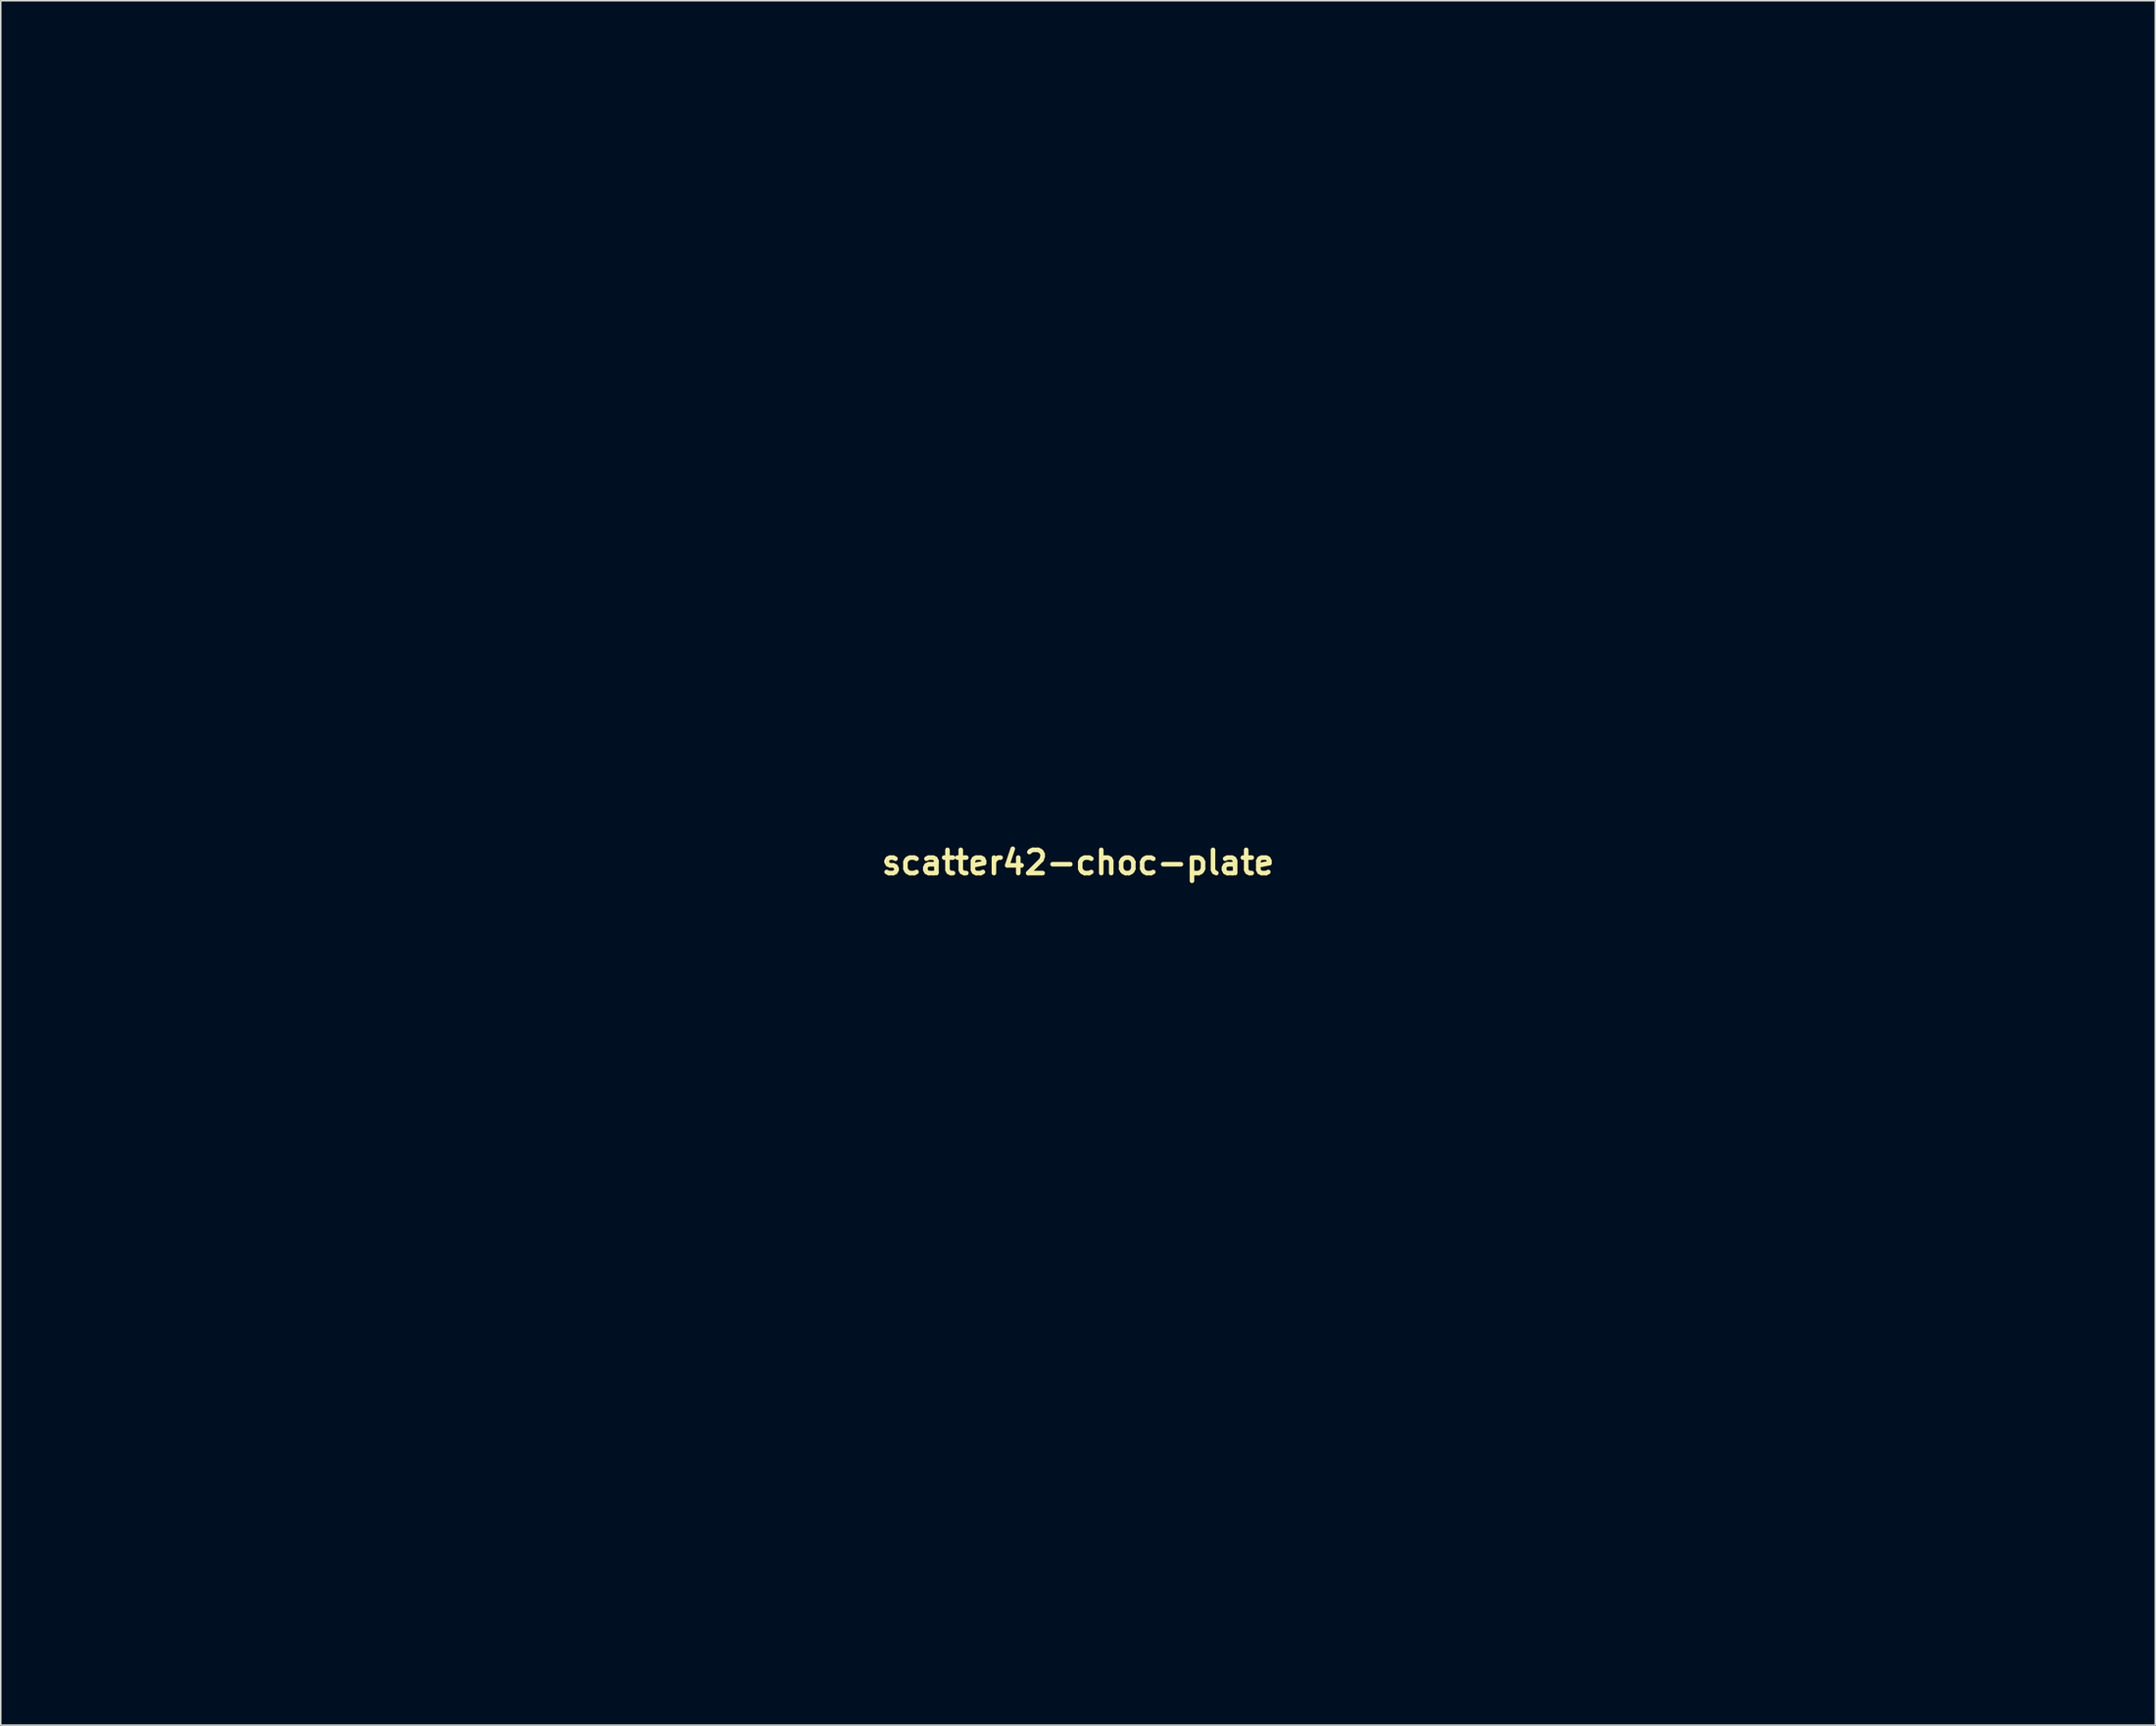
<source format=kicad_pcb>
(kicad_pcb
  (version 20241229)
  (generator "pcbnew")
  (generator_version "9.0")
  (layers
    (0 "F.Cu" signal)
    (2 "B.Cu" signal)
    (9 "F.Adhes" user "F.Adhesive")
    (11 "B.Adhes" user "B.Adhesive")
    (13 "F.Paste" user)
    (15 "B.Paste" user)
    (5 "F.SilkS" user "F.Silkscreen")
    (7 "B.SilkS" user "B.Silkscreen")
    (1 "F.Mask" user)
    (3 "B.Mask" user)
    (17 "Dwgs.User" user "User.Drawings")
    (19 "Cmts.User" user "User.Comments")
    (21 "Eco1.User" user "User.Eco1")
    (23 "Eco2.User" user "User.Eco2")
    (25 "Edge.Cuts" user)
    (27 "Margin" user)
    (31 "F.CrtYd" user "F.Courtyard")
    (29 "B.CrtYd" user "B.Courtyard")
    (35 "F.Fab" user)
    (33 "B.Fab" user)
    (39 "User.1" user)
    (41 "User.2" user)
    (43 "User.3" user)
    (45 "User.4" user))
  (footprint "scatter42-choc-plate"
    (layer "F.Cu")
    (at 67.665 53.551)
    (property "Reference" "scatter42-choc-plate" (at 0 0 0) (layer "F.SilkS") (effects (font (size 1.524 1.524) (thickness 0.3))))
    (attr through_hole)
    (fp_poly (pts (xy -49.092 -19.67) (xy -48.321 -19.67) (xy -48.321 -16.419) (xy -49.092 -16.419) (xy -49.092 -10.744) (xy -48.321 -10.744) (xy -48.321 -7.548) (xy -49.092 -7.548) (xy -49.092 -6.557) (xy -63.197 -6.557) (xy -63.197 -7.548) (xy -64.023 -7.548) (xy -64.023 -10.744) (xy -63.197 -10.744) (xy -63.197 -16.419) (xy -64.023 -16.419) (xy -64.023 -19.567) (xy -63.913 -19.567) (xy -63.913 -16.522) (xy -63.514 -16.535) (xy -63.114 -16.548) (xy -63.086 -10.634) (xy -63.913 -10.634) (xy -63.913 -7.659) (xy -63.087 -7.659) (xy -63.087 -6.667) (xy -49.202 -6.667) (xy -49.202 -7.659) (xy -48.431 -7.659) (xy -48.431 -10.634) (xy -49.202 -10.634) (xy -49.202 -16.529) (xy -48.431 -16.529) (xy -48.431 -19.572) (xy -48.816 -19.55) (xy -49.202 -19.529) (xy -49.202 -20.551) (xy -63.083 -20.551) (xy -63.114 -19.541) (xy -63.913 -19.567) (xy -64.023 -19.567) (xy -64.023 -19.67) (xy -63.197 -19.67) (xy -63.197 -20.662) (xy -49.092 -20.662) (xy -49.092 -19.67)) (stroke (width 0.01) (type solid)) (fill no) (layer "Eco1.User"))
    (fp_poly (pts (xy -11.02 -10.138) (xy -10.191 -10.138) (xy -10.206 -8.533) (xy -10.221 -6.928) (xy -10.606 -6.921) (xy -10.992 -6.915) (xy -10.992 -1.24) (xy -10.193 -1.207) (xy -10.193 1.984) (xy -11.02 1.984) (xy -11.02 2.975) (xy -25.125 2.975) (xy -25.125 1.984) (xy -25.896 1.984) (xy -25.896 -1.212) (xy -25.125 -1.212) (xy -25.125 -6.955) (xy -25.896 -6.911) (xy -25.896 -10.028) (xy -25.786 -10.028) (xy -25.786 -7.052) (xy -25.014 -7.052) (xy -25.014 -1.102) (xy -25.786 -1.102) (xy -25.786 1.873) (xy -25.014 1.873) (xy -25.014 2.865) (xy -11.13 2.865) (xy -11.13 1.873) (xy -10.303 1.873) (xy -10.303 -1.097) (xy -10.703 -1.113) (xy -11.102 -1.13) (xy -11.102 -7.025) (xy -10.303 -7.057) (xy -10.303 -10.028) (xy -11.13 -10.028) (xy -11.13 -11.02) (xy -25.014 -11.02) (xy -25.014 -10.028) (xy -25.786 -10.028) (xy -25.896 -10.028) (xy -25.896 -10.138) (xy -25.125 -10.138) (xy -25.125 -11.13) (xy -11.02 -11.13) (xy -11.02 -10.138)) (stroke (width 0.01) (type solid)) (fill no) (layer "Eco1.User"))
    (fp_poly (pts (xy -11.02 -48.21) (xy -10.193 -48.21) (xy -10.193 -45.015) (xy -11.02 -45.015) (xy -11.02 -39.34) (xy -10.193 -39.34) (xy -10.193 -36.089) (xy -11.02 -36.089) (xy -11.02 -35.097) (xy -25.125 -35.097) (xy -25.125 -36.089) (xy -25.896 -36.089) (xy -25.896 -39.34) (xy -25.125 -39.34) (xy -25.125 -45.015) (xy -25.896 -45.015) (xy -25.896 -48.1) (xy -25.786 -48.1) (xy -25.786 -45.125) (xy -25.014 -45.125) (xy -25.014 -39.198) (xy -25.4 -39.22) (xy -25.786 -39.242) (xy -25.786 -36.199) (xy -25.014 -36.199) (xy -25.014 -35.207) (xy -11.134 -35.207) (xy -11.102 -36.218) (xy -10.301 -36.192) (xy -10.316 -37.697) (xy -10.331 -39.202) (xy -10.716 -39.208) (xy -11.102 -39.215) (xy -11.116 -42.17) (xy -11.131 -45.125) (xy -10.303 -45.125) (xy -10.303 -48.1) (xy -11.13 -48.1) (xy -11.13 -49.092) (xy -25.014 -49.092) (xy -25.014 -48.1) (xy -25.786 -48.1) (xy -25.896 -48.1) (xy -25.896 -48.21) (xy -25.125 -48.21) (xy -25.125 -49.202) (xy -11.02 -49.202) (xy -11.02 -48.21)) (stroke (width 0.01) (type solid)) (fill no) (layer "Eco1.User"))
    (fp_poly (pts (xy -11.02 8.926) (xy -10.193 8.926) (xy -10.193 12.121) (xy -11.02 12.121) (xy -11.02 17.797) (xy -10.193 17.797) (xy -10.193 21.047) (xy -11.02 21.047) (xy -11.02 22.039) (xy -25.125 22.039) (xy -25.125 21.047) (xy -25.896 21.047) (xy -25.896 17.797) (xy -25.125 17.797) (xy -25.125 12.121) (xy -25.896 12.121) (xy -25.896 9.036) (xy -25.786 9.036) (xy -25.786 12.011) (xy -25.014 12.011) (xy -25.014 17.907) (xy -25.786 17.907) (xy -25.786 20.95) (xy -25.4 20.928) (xy -25.014 20.906) (xy -25.014 21.929) (xy -11.134 21.929) (xy -11.102 20.922) (xy -10.716 20.916) (xy -10.331 20.91) (xy -10.316 19.404) (xy -10.301 17.899) (xy -11.102 17.925) (xy -11.116 14.968) (xy -11.131 12.011) (xy -10.303 12.011) (xy -10.303 9.036) (xy -11.13 9.036) (xy -11.13 8.044) (xy -25.014 8.044) (xy -25.014 9.036) (xy -25.786 9.036) (xy -25.896 9.036) (xy -25.896 8.926) (xy -25.125 8.926) (xy -25.125 7.934) (xy -11.02 7.934) (xy -11.02 8.926)) (stroke (width 0.01) (type solid)) (fill no) (layer "Eco1.User"))
    (fp_poly (pts (xy 20.042 -39.684) (xy 27.08 -39.671) (xy 27.112 -38.679) (xy 27.907 -38.679) (xy 27.894 -37.094) (xy 27.882 -35.51) (xy 27.108 -35.478) (xy 27.108 -29.813) (xy 27.496 -29.796) (xy 27.883 -29.78) (xy 27.883 -28.183) (xy 27.883 -26.586) (xy 27.108 -26.622) (xy 27.108 -25.565) (xy 13.007 -25.565) (xy 12.975 -26.585) (xy 12.204 -26.597) (xy 12.19 -28.203) (xy 12.175 -29.808) (xy 13.003 -29.808) (xy 13.003 -35.483) (xy 12.177 -35.483) (xy 12.177 -38.568) (xy 12.287 -38.568) (xy 12.287 -35.593) (xy 13.113 -35.593) (xy 13.113 -29.698) (xy 12.287 -29.698) (xy 12.287 -26.727) (xy 13.086 -26.695) (xy 13.117 -25.675) (xy 26.998 -25.675) (xy 26.998 -26.722) (xy 27.769 -26.722) (xy 27.769 -29.698) (xy 26.998 -29.698) (xy 26.998 -35.593) (xy 27.769 -35.593) (xy 27.769 -38.568) (xy 26.998 -38.568) (xy 26.998 -39.56) (xy 13.113 -39.56) (xy 13.113 -38.568) (xy 12.287 -38.568) (xy 12.177 -38.568) (xy 12.177 -38.679) (xy 13.003 -38.679) (xy 13.003 -39.698) (xy 20.042 -39.684)) (stroke (width 0.01) (type solid)) (fill no) (layer "Eco1.User"))
    (fp_poly (pts (xy -49.092 -0.606) (xy -48.321 -0.606) (xy -48.321 2.59) (xy -49.092 2.59) (xy -49.092 8.332) (xy -48.706 8.31) (xy -48.321 8.289) (xy -48.321 11.515) (xy -49.092 11.515) (xy -49.092 12.507) (xy -63.197 12.507) (xy -63.197 11.515) (xy -64.025 11.515) (xy -64.01 9.91) (xy -63.996 8.305) (xy -63.61 8.299) (xy -63.225 8.292) (xy -63.225 2.617) (xy -63.624 2.601) (xy -64.023 2.585) (xy -64.023 -0.496) (xy -63.913 -0.496) (xy -63.913 2.479) (xy -63.086 2.479) (xy -63.1 5.441) (xy -63.114 8.402) (xy -63.514 8.419) (xy -63.913 8.435) (xy -63.913 11.405) (xy -63.087 11.405) (xy -63.087 12.397) (xy -49.202 12.397) (xy -49.202 11.405) (xy -48.431 11.405) (xy -48.431 8.43) (xy -49.202 8.43) (xy -49.202 2.479) (xy -48.431 2.479) (xy -48.431 -0.496) (xy -49.202 -0.496) (xy -49.202 -1.488) (xy -63.087 -1.488) (xy -63.087 -0.496) (xy -63.913 -0.496) (xy -64.023 -0.496) (xy -64.023 -0.606) (xy -63.197 -0.606) (xy -63.197 -1.598) (xy -49.092 -1.598) (xy -49.092 -0.606)) (stroke (width 0.01) (type solid)) (fill no) (layer "Eco1.User"))
    (fp_poly (pts (xy 8.044 -5.337) (xy 8.444 -5.35) (xy 8.843 -5.363) (xy 8.872 -2.149) (xy 8.044 -2.149) (xy 8.044 3.526) (xy 8.872 3.526) (xy 8.858 5.133) (xy 8.843 6.74) (xy 8.444 6.727) (xy 8.044 6.715) (xy 8.044 7.769) (xy -6.061 7.769) (xy -6.061 6.715) (xy -6.46 6.727) (xy -6.86 6.74) (xy -6.86 3.554) (xy -6.061 3.521) (xy -6.061 -2.144) (xy -6.46 -2.16) (xy -6.86 -2.176) (xy -6.86 -5.234) (xy -6.722 -5.234) (xy -6.722 -2.259) (xy -5.951 -2.259) (xy -5.951 3.636) (xy -6.722 3.636) (xy -6.722 6.612) (xy -5.951 6.612) (xy -5.951 7.603) (xy 7.934 7.603) (xy 7.934 6.612) (xy 8.761 6.612) (xy 8.761 3.636) (xy 7.934 3.636) (xy 7.934 -2.259) (xy 8.761 -2.259) (xy 8.761 -5.234) (xy 7.934 -5.234) (xy 7.934 -6.226) (xy -5.951 -6.226) (xy -5.951 -5.234) (xy -6.722 -5.234) (xy -6.86 -5.234) (xy -6.86 -5.363) (xy -6.46 -5.35) (xy -6.061 -5.337) (xy -6.061 -6.391) (xy 8.044 -6.391) (xy 8.044 -5.337)) (stroke (width 0.01) (type solid)) (fill no) (layer "Eco1.User"))
    (fp_poly (pts (xy 17.576 20.827) (xy 18.403 20.827) (xy 18.403 24.023) (xy 17.576 24.023) (xy 17.576 29.693) (xy 17.976 29.709) (xy 18.375 29.725) (xy 18.375 32.921) (xy 17.976 32.937) (xy 17.576 32.953) (xy 17.576 33.94) (xy 3.471 33.94) (xy 3.471 32.953) (xy 3.072 32.937) (xy 2.672 32.921) (xy 2.672 29.725) (xy 3.072 29.709) (xy 3.471 29.693) (xy 3.471 24.023) (xy 2.645 24.023) (xy 2.645 20.937) (xy 2.755 20.937) (xy 2.755 23.912) (xy 3.582 23.912) (xy 3.568 26.867) (xy 3.554 29.822) (xy 2.782 29.835) (xy 2.782 32.811) (xy 3.554 32.823) (xy 3.585 33.83) (xy 17.462 33.83) (xy 17.478 33.324) (xy 17.493 32.819) (xy 18.237 32.846) (xy 18.237 29.8) (xy 17.493 29.827) (xy 17.465 23.912) (xy 18.237 23.912) (xy 18.237 20.937) (xy 17.466 20.937) (xy 17.466 19.945) (xy 3.581 19.945) (xy 3.581 20.937) (xy 2.755 20.937) (xy 2.645 20.937) (xy 2.645 20.827) (xy 3.471 20.827) (xy 3.471 19.835) (xy 17.576 19.835) (xy 17.576 20.827)) (stroke (width 0.01) (type solid)) (fill no) (layer "Eco1.User"))
    (fp_poly (pts (xy -56.158 -39.684) (xy -49.12 -39.671) (xy -49.088 -38.679) (xy -48.321 -38.679) (xy -48.321 -35.483) (xy -49.092 -35.483) (xy -49.092 -29.808) (xy -48.321 -29.808) (xy -48.321 -26.581) (xy -49.088 -26.624) (xy -49.104 -26.109) (xy -49.12 -25.593) (xy -56.156 -25.579) (xy -63.193 -25.565) (xy -63.209 -26.075) (xy -63.225 -26.585) (xy -63.996 -26.597) (xy -64.01 -28.203) (xy -64.025 -29.808) (xy -63.197 -29.808) (xy -63.197 -35.483) (xy -64.023 -35.483) (xy -64.023 -38.568) (xy -63.913 -38.568) (xy -63.913 -35.593) (xy -63.087 -35.593) (xy -63.087 -29.698) (xy -63.913 -29.698) (xy -63.913 -26.727) (xy -63.114 -26.695) (xy -63.098 -26.185) (xy -63.083 -25.675) (xy -56.156 -25.689) (xy -49.23 -25.703) (xy -49.198 -26.722) (xy -48.431 -26.722) (xy -48.431 -29.698) (xy -49.202 -29.698) (xy -49.202 -35.593) (xy -48.431 -35.593) (xy -48.431 -38.568) (xy -49.202 -38.568) (xy -49.202 -39.56) (xy -63.087 -39.56) (xy -63.087 -38.568) (xy -63.913 -38.568) (xy -64.023 -38.568) (xy -64.023 -38.679) (xy -63.197 -38.679) (xy -63.197 -39.698) (xy -56.158 -39.684)) (stroke (width 0.01) (type solid)) (fill no) (layer "Eco1.User"))
    (fp_poly (pts (xy 8.044 -43.477) (xy 8.444 -43.461) (xy 8.843 -43.444) (xy 8.843 -40.249) (xy 8.444 -40.233) (xy 8.044 -40.216) (xy 8.044 -34.546) (xy 8.871 -34.546) (xy 8.871 -31.351) (xy 8.044 -31.351) (xy 8.044 -30.359) (xy -6.061 -30.359) (xy -6.061 -31.351) (xy -6.887 -31.351) (xy -6.887 -34.546) (xy -6.061 -34.546) (xy -6.061 -40.216) (xy -6.46 -40.233) (xy -6.86 -40.249) (xy -6.86 -43.362) (xy -6.722 -43.362) (xy -6.722 -40.324) (xy -5.978 -40.351) (xy -5.964 -37.393) (xy -5.95 -34.436) (xy -6.722 -34.436) (xy -6.722 -31.461) (xy -5.951 -31.461) (xy -5.951 -30.469) (xy 7.934 -30.469) (xy 7.934 -31.461) (xy 8.761 -31.461) (xy 8.761 -34.436) (xy 7.933 -34.436) (xy 7.947 -37.391) (xy 7.962 -40.346) (xy 8.733 -40.359) (xy 8.733 -43.334) (xy 8.334 -43.35) (xy 7.934 -43.367) (xy 7.934 -44.354) (xy -5.951 -44.354) (xy -5.951 -43.362) (xy -6.722 -43.362) (xy -6.86 -43.362) (xy -6.86 -43.444) (xy -6.46 -43.461) (xy -6.061 -43.477) (xy -6.061 -44.464) (xy 8.044 -44.464) (xy 8.044 -43.477)) (stroke (width 0.01) (type solid)) (fill no) (layer "Eco1.User"))
    (fp_poly (pts (xy 8.044 -24.408) (xy 8.871 -24.408) (xy 8.871 -21.213) (xy 8.044 -21.213) (xy 8.044 -15.542) (xy 8.444 -15.526) (xy 8.843 -15.51) (xy 8.843 -12.314) (xy 8.444 -12.298) (xy 8.044 -12.282) (xy 8.044 -11.295) (xy -6.061 -11.295) (xy -6.061 -12.282) (xy -6.46 -12.298) (xy -6.86 -12.314) (xy -6.86 -15.51) (xy -6.46 -15.526) (xy -6.061 -15.542) (xy -6.061 -21.213) (xy -6.887 -21.213) (xy -6.887 -24.298) (xy -6.722 -24.298) (xy -6.722 -21.323) (xy -5.95 -21.323) (xy -5.964 -18.361) (xy -5.978 -15.4) (xy -6.722 -15.367) (xy -6.722 -12.397) (xy -5.951 -12.397) (xy -5.951 -11.405) (xy 7.934 -11.405) (xy 7.934 -12.392) (xy 8.334 -12.408) (xy 8.733 -12.425) (xy 8.762 -15.367) (xy 8.362 -15.384) (xy 7.962 -15.4) (xy 7.947 -18.361) (xy 7.933 -21.323) (xy 8.761 -21.323) (xy 8.761 -24.298) (xy 7.934 -24.298) (xy 7.934 -25.29) (xy -5.951 -25.29) (xy -5.951 -24.298) (xy -6.722 -24.298) (xy -6.887 -24.298) (xy -6.887 -24.408) (xy -6.061 -24.408) (xy -6.061 -25.4) (xy 8.044 -25.4) (xy 8.044 -24.408)) (stroke (width 0.01) (type solid)) (fill no) (layer "Eco1.User"))
    (fp_poly (pts (xy -3.596 20.056) (xy -3.286 20.173) (xy -3.053 20.342) (xy -2.836 20.606) (xy -2.714 20.899) (xy -2.68 21.203) (xy -2.729 21.501) (xy -2.854 21.775) (xy -3.049 22.008) (xy -3.309 22.183) (xy -3.627 22.282) (xy -3.729 22.294) (xy -3.982 22.296) (xy -4.185 22.251) (xy -4.271 22.215) (xy -4.556 22.027) (xy -4.769 21.777) (xy -4.903 21.485) (xy -4.952 21.171) (xy -4.951 21.16) (xy -4.845 21.16) (xy -4.808 21.445) (xy -4.683 21.717) (xy -4.548 21.879) (xy -4.271 22.083) (xy -3.967 22.185) (xy -3.651 22.184) (xy -3.43 22.12) (xy -3.145 21.947) (xy -2.944 21.706) (xy -2.833 21.402) (xy -2.81 21.157) (xy -2.841 20.872) (xy -2.945 20.639) (xy -3.138 20.421) (xy -3.166 20.395) (xy -3.345 20.261) (xy -3.523 20.189) (xy -3.74 20.167) (xy -3.938 20.177) (xy -4.242 20.251) (xy -4.492 20.405) (xy -4.68 20.621) (xy -4.8 20.878) (xy -4.845 21.16) (xy -4.951 21.16) (xy -4.911 20.855) (xy -4.774 20.558) (xy -4.759 20.536) (xy -4.518 20.279) (xy -4.231 20.111) (xy -3.918 20.036) (xy -3.596 20.056)) (stroke (width 0.01) (type solid)) (fill no) (layer "Eco1.User"))
    (fp_poly (pts (xy 12.114 -24.177) (xy 12.389 -24.032) (xy 12.618 -23.815) (xy 12.782 -23.532) (xy 12.817 -23.428) (xy 12.864 -23.09) (xy 12.812 -22.771) (xy 12.673 -22.487) (xy 12.461 -22.252) (xy 12.185 -22.083) (xy 11.858 -21.995) (xy 11.708 -21.985) (xy 11.508 -22.003) (xy 11.324 -22.047) (xy 11.267 -22.07) (xy 10.969 -22.279) (xy 10.754 -22.54) (xy 10.628 -22.837) (xy 10.6 -23.074) (xy 10.706 -23.074) (xy 10.766 -22.768) (xy 10.915 -22.484) (xy 10.92 -22.478) (xy 11.133 -22.276) (xy 11.402 -22.149) (xy 11.699 -22.1) (xy 11.996 -22.133) (xy 12.264 -22.25) (xy 12.327 -22.296) (xy 12.56 -22.528) (xy 12.695 -22.778) (xy 12.743 -23.067) (xy 12.743 -23.106) (xy 12.695 -23.433) (xy 12.561 -23.709) (xy 12.357 -23.924) (xy 12.1 -24.068) (xy 11.806 -24.131) (xy 11.491 -24.102) (xy 11.258 -24.018) (xy 11.023 -23.865) (xy 10.856 -23.656) (xy 10.74 -23.37) (xy 10.706 -23.074) (xy 10.6 -23.074) (xy 10.591 -23.151) (xy 10.648 -23.467) (xy 10.802 -23.768) (xy 10.943 -23.934) (xy 11.208 -24.128) (xy 11.504 -24.23) (xy 11.812 -24.245) (xy 12.114 -24.177)) (stroke (width 0.01) (type solid)) (fill no) (layer "Eco1.User"))
    (fp_poly (pts (xy 27.108 -0.611) (xy 27.882 -0.579) (xy 27.894 1.006) (xy 27.907 2.59) (xy 27.108 2.59) (xy 27.108 8.33) (xy 27.495 8.312) (xy 27.883 8.294) (xy 27.883 9.891) (xy 27.883 11.488) (xy 27.496 11.504) (xy 27.108 11.52) (xy 27.108 12.507) (xy 13.003 12.507) (xy 13.003 11.515) (xy 12.175 11.515) (xy 12.19 9.91) (xy 12.204 8.305) (xy 12.59 8.299) (xy 12.975 8.292) (xy 12.99 5.441) (xy 13.004 2.59) (xy 12.177 2.59) (xy 12.177 -0.496) (xy 12.287 -0.496) (xy 12.287 2.479) (xy 13.114 2.479) (xy 13.1 5.441) (xy 13.086 8.402) (xy 12.686 8.419) (xy 12.287 8.435) (xy 12.287 11.405) (xy 13.113 11.405) (xy 13.113 12.397) (xy 26.998 12.397) (xy 26.998 11.405) (xy 27.769 11.405) (xy 27.769 8.43) (xy 26.998 8.43) (xy 26.998 2.479) (xy 27.769 2.479) (xy 27.769 -0.496) (xy 26.998 -0.496) (xy 26.998 -1.488) (xy 13.113 -1.488) (xy 13.113 -0.496) (xy 12.287 -0.496) (xy 12.177 -0.496) (xy 12.177 -0.606) (xy 13.003 -0.606) (xy 13.003 -1.598) (xy 27.108 -1.598) (xy 27.108 -0.611)) (stroke (width 0.01) (type solid)) (fill no) (layer "Eco1.User"))
    (fp_poly (pts (xy 43.343 30.728) (xy 43.552 30.815) (xy 43.811 31.019) (xy 43.999 31.287) (xy 44.108 31.593) (xy 44.132 31.914) (xy 44.062 32.228) (xy 44.013 32.334) (xy 43.811 32.607) (xy 43.547 32.804) (xy 43.243 32.92) (xy 42.921 32.948) (xy 42.603 32.88) (xy 42.48 32.824) (xy 42.196 32.617) (xy 42.002 32.346) (xy 41.899 32.014) (xy 41.885 31.881) (xy 41.889 31.753) (xy 41.989 31.753) (xy 42.014 32.058) (xy 42.117 32.341) (xy 42.296 32.573) (xy 42.297 32.574) (xy 42.56 32.742) (xy 42.867 32.821) (xy 43.187 32.81) (xy 43.458 32.721) (xy 43.712 32.543) (xy 43.89 32.305) (xy 43.989 32.028) (xy 44.008 31.734) (xy 43.946 31.443) (xy 43.799 31.178) (xy 43.61 30.989) (xy 43.453 30.889) (xy 43.282 30.836) (xy 43.066 30.813) (xy 42.75 30.827) (xy 42.495 30.918) (xy 42.273 31.098) (xy 42.185 31.2) (xy 42.045 31.457) (xy 41.989 31.753) (xy 41.889 31.753) (xy 41.895 31.561) (xy 41.98 31.296) (xy 42.151 31.05) (xy 42.17 31.028) (xy 42.41 30.841) (xy 42.707 30.725) (xy 43.028 30.686) (xy 43.343 30.728)) (stroke (width 0.01) (type solid)) (fill no) (layer "Eco1.User"))
    (fp_poly (pts (xy -47.426 13.879) (xy -47.152 13.988) (xy -47.117 14.01) (xy -46.921 14.194) (xy -46.757 14.445) (xy -46.647 14.723) (xy -46.614 14.956) (xy -46.666 15.281) (xy -46.806 15.566) (xy -47.018 15.799) (xy -47.283 15.969) (xy -47.584 16.066) (xy -47.904 16.077) (xy -48.224 15.992) (xy -48.242 15.984) (xy -48.517 15.803) (xy -48.724 15.552) (xy -48.854 15.254) (xy -48.897 14.954) (xy -48.777 14.954) (xy -48.728 15.281) (xy -48.592 15.557) (xy -48.383 15.77) (xy -48.116 15.91) (xy -47.805 15.968) (xy -47.465 15.931) (xy -47.431 15.922) (xy -47.233 15.822) (xy -47.037 15.648) (xy -46.872 15.432) (xy -46.778 15.236) (xy -46.736 14.943) (xy -46.787 14.645) (xy -46.92 14.371) (xy -47.123 14.148) (xy -47.272 14.051) (xy -47.582 13.947) (xy -47.889 13.941) (xy -48.176 14.021) (xy -48.426 14.179) (xy -48.62 14.404) (xy -48.743 14.684) (xy -48.777 14.954) (xy -48.897 14.954) (xy -48.901 14.931) (xy -48.855 14.607) (xy -48.785 14.431) (xy -48.661 14.256) (xy -48.479 14.082) (xy -48.278 13.94) (xy -48.093 13.858) (xy -48.073 13.853) (xy -47.747 13.831) (xy -47.426 13.879)) (stroke (width 0.01) (type solid)) (fill no) (layer "Eco1.User"))
    (fp_poly (pts (xy -30.04 -43.954) (xy -30.024 -43.472) (xy -29.257 -43.472) (xy -29.257 -40.221) (xy -30.028 -40.221) (xy -30.028 -34.546) (xy -29.257 -34.546) (xy -29.257 -31.351) (xy -30.028 -31.351) (xy -30.028 -30.359) (xy -44.188 -30.359) (xy -44.188 -31.351) (xy -44.96 -31.351) (xy -44.96 -34.546) (xy -44.188 -34.546) (xy -44.188 -40.221) (xy -44.96 -40.221) (xy -44.96 -43.362) (xy -44.849 -43.362) (xy -44.849 -40.322) (xy -44.45 -40.34) (xy -44.051 -40.358) (xy -44.051 -34.464) (xy -44.45 -34.447) (xy -44.849 -34.431) (xy -44.849 -31.466) (xy -44.45 -31.449) (xy -44.051 -31.433) (xy -44.035 -30.951) (xy -44.019 -30.469) (xy -30.198 -30.469) (xy -30.182 -30.951) (xy -30.166 -31.433) (xy -29.766 -31.449) (xy -29.367 -31.466) (xy -29.367 -34.431) (xy -29.766 -34.447) (xy -30.166 -34.464) (xy -30.166 -40.358) (xy -29.766 -40.34) (xy -29.367 -40.322) (xy -29.367 -43.362) (xy -30.193 -43.362) (xy -30.193 -44.354) (xy -44.023 -44.354) (xy -44.023 -43.362) (xy -44.849 -43.362) (xy -44.96 -43.362) (xy -44.96 -43.472) (xy -44.193 -43.472) (xy -44.177 -43.954) (xy -44.161 -44.436) (xy -30.056 -44.436) (xy -30.04 -43.954)) (stroke (width 0.01) (type solid)) (fill no) (layer "Eco1.User"))
    (fp_poly (pts (xy -30.04 13.182) (xy -30.024 13.664) (xy -29.257 13.664) (xy -29.257 16.915) (xy -30.028 16.915) (xy -30.028 22.59) (xy -29.257 22.59) (xy -29.257 25.786) (xy -30.028 25.786) (xy -30.028 26.777) (xy -44.188 26.777) (xy -44.188 25.786) (xy -44.96 25.786) (xy -44.96 22.59) (xy -44.188 22.59) (xy -44.188 16.915) (xy -44.96 16.915) (xy -44.96 13.774) (xy -44.849 13.774) (xy -44.849 16.745) (xy -44.45 16.761) (xy -44.051 16.777) (xy -44.051 22.673) (xy -44.45 22.689) (xy -44.849 22.705) (xy -44.849 25.671) (xy -44.45 25.687) (xy -44.051 25.703) (xy -44.035 26.185) (xy -44.019 26.667) (xy -30.198 26.667) (xy -30.182 26.185) (xy -30.166 25.703) (xy -29.766 25.687) (xy -29.367 25.671) (xy -29.367 22.705) (xy -29.766 22.689) (xy -30.166 22.673) (xy -30.166 16.777) (xy -29.766 16.761) (xy -29.367 16.745) (xy -29.367 13.774) (xy -30.193 13.774) (xy -30.193 12.783) (xy -44.023 12.783) (xy -44.023 13.774) (xy -44.849 13.774) (xy -44.96 13.774) (xy -44.96 13.664) (xy -44.193 13.664) (xy -44.177 13.182) (xy -44.161 12.7) (xy -30.056 12.7) (xy -30.04 13.182)) (stroke (width 0.01) (type solid)) (fill no) (layer "Eco1.User"))
    (fp_poly (pts (xy 27.108 -19.675) (xy 27.496 -19.658) (xy 27.883 -19.642) (xy 27.883 -16.447) (xy 27.496 -16.43) (xy 27.108 -16.414) (xy 27.108 -10.749) (xy 27.496 -10.733) (xy 27.883 -10.716) (xy 27.883 -7.576) (xy 27.496 -7.56) (xy 27.108 -7.544) (xy 27.108 -6.557) (xy 13.003 -6.557) (xy 13.003 -7.548) (xy 12.177 -7.548) (xy 12.177 -10.634) (xy 12.287 -10.634) (xy 12.287 -7.659) (xy 13.113 -7.659) (xy 13.113 -6.667) (xy 26.998 -6.667) (xy 26.998 -7.659) (xy 27.769 -7.659) (xy 27.769 -10.634) (xy 26.998 -10.634) (xy 26.998 -16.529) (xy 27.769 -16.529) (xy 27.769 -19.567) (xy 27.025 -19.54) (xy 27.01 -20.046) (xy 26.994 -20.551) (xy 13.117 -20.551) (xy 13.086 -19.545) (xy 12.7 -19.538) (xy 12.314 -19.532) (xy 12.314 -16.557) (xy 12.7 -16.55) (xy 13.086 -16.544) (xy 13.1 -13.589) (xy 13.114 -10.634) (xy 12.287 -10.634) (xy 12.177 -10.634) (xy 12.177 -10.744) (xy 13.003 -10.744) (xy 13.003 -16.414) (xy 12.604 -16.43) (xy 12.204 -16.447) (xy 12.204 -19.642) (xy 12.604 -19.658) (xy 13.003 -19.675) (xy 13.003 -20.662) (xy 27.108 -20.662) (xy 27.108 -19.675)) (stroke (width 0.01) (type solid)) (fill no) (layer "Eco1.User"))
    (fp_poly (pts (xy -47.415 -24.194) (xy -47.113 -24.05) (xy -46.869 -23.813) (xy -46.716 -23.554) (xy -46.626 -23.242) (xy -46.632 -22.938) (xy -46.723 -22.656) (xy -46.884 -22.407) (xy -47.103 -22.205) (xy -47.366 -22.062) (xy -47.662 -21.991) (xy -47.975 -22.004) (xy -48.242 -22.088) (xy -48.42 -22.198) (xy -48.593 -22.348) (xy -48.638 -22.398) (xy -48.813 -22.687) (xy -48.892 -22.993) (xy -48.888 -23.096) (xy -48.774 -23.096) (xy -48.749 -22.844) (xy -48.692 -22.671) (xy -48.552 -22.471) (xy -48.368 -22.289) (xy -48.178 -22.166) (xy -48.155 -22.156) (xy -47.888 -22.1) (xy -47.589 -22.117) (xy -47.308 -22.203) (xy -47.269 -22.222) (xy -47.051 -22.39) (xy -46.877 -22.622) (xy -46.765 -22.886) (xy -46.735 -23.148) (xy -46.737 -23.171) (xy -46.823 -23.51) (xy -46.992 -23.785) (xy -47.23 -23.986) (xy -47.525 -24.104) (xy -47.863 -24.129) (xy -48.015 -24.109) (xy -48.221 -24.028) (xy -48.433 -23.875) (xy -48.614 -23.68) (xy -48.689 -23.561) (xy -48.754 -23.352) (xy -48.774 -23.096) (xy -48.888 -23.096) (xy -48.882 -23.3) (xy -48.792 -23.59) (xy -48.629 -23.846) (xy -48.402 -24.052) (xy -48.119 -24.19) (xy -47.788 -24.243) (xy -47.771 -24.243) (xy -47.415 -24.194)) (stroke (width 0.01) (type solid)) (fill no) (layer "Eco1.User"))
    (fp_poly (pts (xy -56.156 17.452) (xy -49.12 17.465) (xy -49.104 17.961) (xy -49.088 18.458) (xy -48.321 18.458) (xy -48.321 21.653) (xy -49.092 21.653) (xy -49.092 27.328) (xy -48.321 27.328) (xy -48.321 30.555) (xy -48.704 30.534) (xy -49.088 30.512) (xy -49.104 31.028) (xy -49.12 31.543) (xy -56.156 31.557) (xy -63.193 31.571) (xy -63.225 30.552) (xy -63.61 30.545) (xy -63.996 30.539) (xy -64.01 28.934) (xy -64.025 27.328) (xy -63.197 27.328) (xy -63.197 21.653) (xy -64.023 21.653) (xy -64.023 18.573) (xy -63.913 18.573) (xy -63.913 21.543) (xy -63.087 21.543) (xy -63.087 27.439) (xy -63.913 27.439) (xy -63.913 30.409) (xy -63.514 30.425) (xy -63.114 30.441) (xy -63.098 30.951) (xy -63.083 31.461) (xy -56.156 31.447) (xy -49.23 31.433) (xy -49.198 30.414) (xy -48.431 30.414) (xy -48.431 27.439) (xy -49.202 27.439) (xy -49.202 21.543) (xy -48.431 21.543) (xy -48.431 18.568) (xy -49.202 18.568) (xy -49.202 17.576) (xy -63.082 17.576) (xy -63.098 18.058) (xy -63.114 18.54) (xy -63.514 18.557) (xy -63.913 18.573) (xy -64.023 18.573) (xy -64.023 18.463) (xy -63.624 18.446) (xy -63.225 18.43) (xy -63.209 17.934) (xy -63.193 17.438) (xy -56.156 17.452)) (stroke (width 0.01) (type solid)) (fill no) (layer "Eco1.User"))
    (fp_poly (pts (xy -11.008 -29.684) (xy -10.992 -29.174) (xy -10.606 -29.168) (xy -10.221 -29.161) (xy -10.206 -27.556) (xy -10.191 -25.951) (xy -11.02 -25.951) (xy -11.02 -20.276) (xy -10.193 -20.276) (xy -10.193 -17.085) (xy -10.593 -17.069) (xy -10.992 -17.053) (xy -11.008 -16.557) (xy -11.023 -16.061) (xy -18.051 -16.061) (xy -18.922 -16.061) (xy -19.762 -16.062) (xy -20.565 -16.062) (xy -21.324 -16.064) (xy -22.032 -16.065) (xy -22.684 -16.067) (xy -23.272 -16.069) (xy -23.79 -16.071) (xy -24.232 -16.073) (xy -24.59 -16.075) (xy -24.859 -16.078) (xy -25.031 -16.081) (xy -25.1 -16.084) (xy -25.102 -16.084) (xy -25.112 -16.146) (xy -25.12 -16.291) (xy -25.124 -16.494) (xy -25.125 -16.594) (xy -25.125 -17.08) (xy -25.896 -17.08) (xy -25.896 -20.276) (xy -25.125 -20.276) (xy -25.125 -25.951) (xy -25.896 -25.951) (xy -25.896 -29.036) (xy -25.786 -29.036) (xy -25.786 -26.061) (xy -25.014 -26.061) (xy -25.014 -20.166) (xy -25.786 -20.166) (xy -25.786 -17.19) (xy -25.014 -17.19) (xy -25.014 -16.199) (xy -11.134 -16.199) (xy -11.118 -16.681) (xy -11.102 -17.163) (xy -10.303 -17.195) (xy -10.303 -20.166) (xy -11.13 -20.166) (xy -11.13 -26.061) (xy -10.303 -26.061) (xy -10.303 -29.032) (xy -11.102 -29.064) (xy -11.118 -29.574) (xy -11.134 -30.084) (xy -24.987 -30.056) (xy -25.018 -29.036) (xy -25.786 -29.036) (xy -25.896 -29.036) (xy -25.896 -29.178) (xy -25.129 -29.134) (xy -25.113 -29.65) (xy -25.097 -30.166) (xy -11.024 -30.194) (xy -11.008 -29.684)) (stroke (width 0.01) (type solid)) (fill no) (layer "Eco1.User"))
    (fp_poly (pts (xy -30.028 -24.408) (xy -29.257 -24.408) (xy -29.257 -21.213) (xy -30.028 -21.213) (xy -30.028 -15.538) (xy -29.257 -15.538) (xy -29.257 -12.287) (xy -30.024 -12.287) (xy -30.04 -11.805) (xy -30.056 -11.323) (xy -37.085 -11.309) (xy -37.956 -11.307) (xy -38.797 -11.306) (xy -39.601 -11.306) (xy -40.361 -11.306) (xy -41.07 -11.307) (xy -41.723 -11.309) (xy -42.313 -11.31) (xy -42.832 -11.313) (xy -43.275 -11.316) (xy -43.635 -11.319) (xy -43.905 -11.323) (xy -44.079 -11.327) (xy -44.15 -11.331) (xy -44.151 -11.332) (xy -44.168 -11.4) (xy -44.181 -11.551) (xy -44.188 -11.755) (xy -44.188 -11.828) (xy -44.188 -12.287) (xy -44.96 -12.287) (xy -44.96 -15.538) (xy -44.188 -15.538) (xy -44.188 -21.213) (xy -44.96 -21.213) (xy -44.96 -24.293) (xy -44.849 -24.293) (xy -44.849 -21.328) (xy -44.45 -21.311) (xy -44.051 -21.295) (xy -44.051 -15.4) (xy -44.45 -15.384) (xy -44.849 -15.367) (xy -44.849 -12.397) (xy -44.023 -12.397) (xy -44.023 -11.405) (xy -30.193 -11.405) (xy -30.193 -12.397) (xy -29.367 -12.397) (xy -29.367 -15.367) (xy -29.766 -15.384) (xy -30.166 -15.4) (xy -30.166 -21.295) (xy -29.766 -21.311) (xy -29.367 -21.328) (xy -29.367 -24.293) (xy -29.766 -24.309) (xy -30.166 -24.326) (xy -30.182 -24.808) (xy -30.198 -25.29) (xy -44.019 -25.29) (xy -44.035 -24.808) (xy -44.051 -24.326) (xy -44.45 -24.309) (xy -44.849 -24.293) (xy -44.96 -24.293) (xy -44.96 -24.408) (xy -44.188 -24.408) (xy -44.188 -25.4) (xy -30.028 -25.4) (xy -30.028 -24.408)) (stroke (width 0.01) (type solid)) (fill no) (layer "Eco1.User"))
    (fp_poly (pts (xy -30.04 -5.85) (xy -30.024 -5.337) (xy -29.654 -5.35) (xy -29.284 -5.364) (xy -29.27 -3.756) (xy -29.255 -2.149) (xy -30.028 -2.149) (xy -30.028 3.526) (xy -29.257 3.526) (xy -29.257 6.722) (xy -30.024 6.722) (xy -30.056 7.741) (xy -37.085 7.755) (xy -37.956 7.757) (xy -38.797 7.757) (xy -39.601 7.758) (xy -40.361 7.757) (xy -41.07 7.757) (xy -41.723 7.755) (xy -42.313 7.753) (xy -42.832 7.751) (xy -43.275 7.748) (xy -43.635 7.745) (xy -43.905 7.741) (xy -44.079 7.737) (xy -44.15 7.733) (xy -44.151 7.732) (xy -44.168 7.664) (xy -44.181 7.513) (xy -44.188 7.306) (xy -44.188 7.209) (xy -44.188 6.722) (xy -44.96 6.722) (xy -44.96 3.526) (xy -44.188 3.526) (xy -44.188 -2.149) (xy -44.961 -2.149) (xy -44.947 -3.756) (xy -44.933 -5.229) (xy -44.849 -5.229) (xy -44.849 -2.259) (xy -44.023 -2.259) (xy -44.023 3.636) (xy -44.849 3.636) (xy -44.849 6.607) (xy -44.45 6.623) (xy -44.051 6.639) (xy -44.035 7.121) (xy -44.019 7.603) (xy -30.198 7.603) (xy -30.182 7.121) (xy -30.166 6.639) (xy -29.766 6.623) (xy -29.367 6.607) (xy -29.367 3.636) (xy -30.193 3.636) (xy -30.193 -2.259) (xy -29.367 -2.259) (xy -29.367 -5.229) (xy -29.766 -5.246) (xy -30.166 -5.262) (xy -30.182 -5.744) (xy -30.198 -6.226) (xy -44.019 -6.226) (xy -44.035 -5.744) (xy -44.051 -5.262) (xy -44.45 -5.246) (xy -44.849 -5.229) (xy -44.933 -5.229) (xy -44.932 -5.364) (xy -44.562 -5.35) (xy -44.193 -5.337) (xy -44.177 -5.85) (xy -44.161 -6.364) (xy -30.056 -6.364) (xy -30.04 -5.85)) (stroke (width 0.01) (type solid)) (fill no) (layer "Eco1.User"))
    (fp_poly (pts (xy -7.651 -53.545) (xy -6.468 -53.536) (xy -5.34 -53.52) (xy -4.282 -53.497) (xy -3.311 -53.466) (xy -2.865 -53.447) (xy -0.025 -53.302) (xy 2.728 -53.123) (xy 5.411 -52.908) (xy 8.044 -52.654) (xy 10.643 -52.361) (xy 13.228 -52.025) (xy 15.816 -51.645) (xy 18.425 -51.219) (xy 20.621 -50.829) (xy 21.78 -50.61) (xy 23.012 -50.365) (xy 24.293 -50.1) (xy 25.602 -49.82) (xy 26.914 -49.529) (xy 28.208 -49.234) (xy 29.459 -48.939) (xy 30.646 -48.649) (xy 31.681 -48.385) (xy 32.094 -48.278) (xy 32.109 -17.734) (xy 32.124 12.81) (xy 49.819 23.251) (xy 51.111 24.013) (xy 52.378 24.761) (xy 53.619 25.494) (xy 54.829 26.208) (xy 56.005 26.903) (xy 57.144 27.575) (xy 58.242 28.224) (xy 59.297 28.848) (xy 60.305 29.443) (xy 61.262 30.009) (xy 62.166 30.543) (xy 63.013 31.044) (xy 63.799 31.509) (xy 64.522 31.937) (xy 65.177 32.325) (xy 65.763 32.672) (xy 66.274 32.976) (xy 66.709 33.234) (xy 67.064 33.444) (xy 67.335 33.606) (xy 67.519 33.716) (xy 67.613 33.773) (xy 67.625 33.781) (xy 67.645 33.801) (xy 67.658 33.827) (xy 67.658 33.866) (xy 67.643 33.926) (xy 67.609 34.013) (xy 67.552 34.134) (xy 67.469 34.296) (xy 67.356 34.506) (xy 67.209 34.771) (xy 67.025 35.097) (xy 66.8 35.492) (xy 66.53 35.962) (xy 66.212 36.514) (xy 65.882 37.087) (xy 64.991 38.635) (xy 64.152 40.09) (xy 63.366 41.455) (xy 62.63 42.731) (xy 61.944 43.922) (xy 61.305 45.03) (xy 60.713 46.057) (xy 60.165 47.006) (xy 59.661 47.879) (xy 59.199 48.679) (xy 58.777 49.409) (xy 58.395 50.07) (xy 58.05 50.665) (xy 57.742 51.198) (xy 57.468 51.669) (xy 57.228 52.082) (xy 57.02 52.44) (xy 56.842 52.744) (xy 56.693 52.997) (xy 56.572 53.202) (xy 56.477 53.361) (xy 56.407 53.477) (xy 56.36 53.551) (xy 56.335 53.588) (xy 56.33 53.592) (xy 56.278 53.567) (xy 56.135 53.489) (xy 55.907 53.363) (xy 55.599 53.19) (xy 55.215 52.975) (xy 54.762 52.718) (xy 54.244 52.425) (xy 53.666 52.096) (xy 53.033 51.736) (xy 52.351 51.348) (xy 51.624 50.933) (xy 50.858 50.496) (xy 50.058 50.038) (xy 49.229 49.563) (xy 48.679 49.248) (xy 47.639 48.652) (xy 46.689 48.109) (xy 45.823 47.614) (xy 45.037 47.165) (xy 44.325 46.76) (xy 43.682 46.394) (xy 43.101 46.066) (xy 42.579 45.773) (xy 42.108 45.51) (xy 41.685 45.277) (xy 41.303 45.068) (xy 40.957 44.882) (xy 40.642 44.716) (xy 40.352 44.567) (xy 40.082 44.431) (xy 39.827 44.305) (xy 39.581 44.188) (xy 39.339 44.075) (xy 39.095 43.964) (xy 38.843 43.852) (xy 38.706 43.792) (xy 36.29 42.788) (xy 33.845 41.89) (xy 31.372 41.099) (xy 28.87 40.413) (xy 26.338 39.834) (xy 23.777 39.361) (xy 21.185 38.993) (xy 18.562 38.731) (xy 15.908 38.575) (xy 15.758 38.57) (xy 15.598 38.566) (xy 15.328 38.562) (xy 14.95 38.559) (xy 14.465 38.555) (xy 13.872 38.552) (xy 13.174 38.549) (xy 12.37 38.546) (xy 11.463 38.543) (xy 10.451 38.54) (xy 9.338 38.537) (xy 8.122 38.535) (xy 6.806 38.533) (xy 5.389 38.53) (xy 3.873 38.528) (xy 2.259 38.526) (xy 0.548 38.525) (xy -1.261 38.523) (xy -3.165 38.521) (xy -5.164 38.52) (xy -7.257 38.519) (xy -9.444 38.517) (xy -11.723 38.517) (xy -14.093 38.516) (xy -16.555 38.515) (xy -19.106 38.514) (xy -21.746 38.514) (xy -24.475 38.514) (xy -26.709 38.514) (xy -67.66 38.513) (xy -67.632 -42.632) (xy -67.55 -42.632) (xy -67.55 38.403) (xy -26.488 38.404) (xy -23.755 38.404) (xy -21.102 38.404) (xy -18.532 38.404) (xy -16.045 38.405) (xy -13.641 38.406) (xy -11.324 38.406) (xy -9.092 38.407) (xy -6.948 38.409) (xy -4.892 38.41) (xy -2.926 38.411) (xy -1.05 38.413) (xy 0.734 38.414) (xy 2.425 38.416) (xy 4.022 38.418) (xy 5.525 38.42) (xy 6.931 38.422) (xy 8.24 38.425) (xy 9.452 38.427) (xy 10.564 38.43) (xy 11.575 38.432) (xy 12.486 38.435) (xy 13.294 38.438) (xy 13.998 38.441) (xy 14.598 38.444) (xy 15.092 38.447) (xy 15.479 38.451) (xy 15.759 38.454) (xy 15.929 38.458) (xy 15.951 38.459) (xy 18.595 38.615) (xy 21.202 38.876) (xy 23.777 39.241) (xy 26.321 39.711) (xy 28.837 40.286) (xy 31.329 40.968) (xy 33.799 41.757) (xy 36.251 42.653) (xy 38.299 43.49) (xy 38.585 43.613) (xy 38.858 43.732) (xy 39.123 43.851) (xy 39.386 43.971) (xy 39.653 44.097) (xy 39.928 44.23) (xy 40.218 44.375) (xy 40.528 44.534) (xy 40.863 44.709) (xy 41.229 44.904) (xy 41.631 45.123) (xy 42.075 45.367) (xy 42.566 45.64) (xy 43.11 45.945) (xy 43.712 46.285) (xy 44.378 46.662) (xy 45.113 47.08) (xy 45.922 47.542) (xy 46.812 48.051) (xy 47.788 48.609) (xy 48.624 49.087) (xy 49.469 49.571) (xy 50.289 50.04) (xy 51.078 50.491) (xy 51.831 50.921) (xy 52.543 51.327) (xy 53.209 51.707) (xy 53.824 52.057) (xy 54.382 52.374) (xy 54.878 52.656) (xy 55.308 52.899) (xy 55.666 53.101) (xy 55.948 53.259) (xy 56.147 53.369) (xy 56.259 53.43) (xy 56.282 53.441) (xy 56.315 53.394) (xy 56.4 53.256) (xy 56.534 53.031) (xy 56.716 52.724) (xy 56.942 52.339) (xy 57.21 51.882) (xy 57.517 51.355) (xy 57.862 50.765) (xy 58.24 50.115) (xy 58.65 49.409) (xy 59.088 48.653) (xy 59.553 47.85) (xy 60.042 47.005) (xy 60.551 46.123) (xy 61.08 45.209) (xy 61.624 44.265) (xy 61.963 43.676) (xy 62.618 42.54) (xy 63.22 41.495) (xy 63.771 40.539) (xy 64.273 39.666) (xy 64.729 38.872) (xy 65.141 38.155) (xy 65.511 37.51) (xy 65.841 36.934) (xy 66.134 36.422) (xy 66.391 35.97) (xy 66.614 35.575) (xy 66.807 35.233) (xy 66.97 34.939) (xy 67.107 34.691) (xy 67.219 34.484) (xy 67.309 34.314) (xy 67.378 34.177) (xy 67.429 34.07) (xy 67.464 33.989) (xy 67.486 33.929) (xy 67.496 33.887) (xy 67.497 33.859) (xy 67.49 33.841) (xy 67.479 33.83) (xy 67.424 33.796) (xy 67.277 33.708) (xy 67.043 33.568) (xy 66.723 33.378) (xy 66.321 33.14) (xy 65.842 32.856) (xy 65.287 32.527) (xy 64.66 32.156) (xy 63.966 31.745) (xy 63.206 31.296) (xy 62.384 30.81) (xy 61.504 30.289) (xy 60.569 29.736) (xy 59.582 29.153) (xy 58.547 28.541) (xy 57.467 27.903) (xy 56.344 27.239) (xy 55.184 26.554) (xy 53.988 25.847) (xy 52.76 25.122) (xy 51.504 24.38) (xy 50.222 23.623) (xy 49.676 23.301) (xy 31.984 12.855) (xy 31.97 -17.672) (xy 31.957 -48.2) (xy 30.262 -48.617) (xy 27.05 -49.378) (xy 23.895 -50.066) (xy 20.775 -50.682) (xy 17.668 -51.232) (xy 14.553 -51.719) (xy 11.408 -52.147) (xy 8.212 -52.518) (xy 5.565 -52.781) (xy 2.472 -53.033) (xy -0.69 -53.224) (xy -3.898 -53.355) (xy -7.128 -53.426) (xy -10.357 -53.435) (xy -13.56 -53.382) (xy -16.716 -53.267) (xy -17.08 -53.25) (xy -21.315 -52.987) (xy -25.526 -52.618) (xy -29.713 -52.141) (xy -33.879 -51.558) (xy -38.024 -50.867) (xy -42.151 -50.068) (xy -46.259 -49.161) (xy -50.351 -48.146) (xy -54.428 -47.022) (xy -58.491 -45.789) (xy -62.542 -44.447) (xy -66.582 -42.996) (xy -66.93 -42.865) (xy -67.55 -42.632) (xy -67.632 -42.632) (xy -67.632 -42.713) (xy -66.999 -42.958) (xy -66.235 -43.248) (xy -65.384 -43.562) (xy -64.463 -43.895) (xy -63.489 -44.239) (xy -62.481 -44.589) (xy -61.456 -44.939) (xy -60.433 -45.282) (xy -59.429 -45.613) (xy -58.462 -45.924) (xy -57.755 -46.147) (xy -53.679 -47.361) (xy -49.582 -48.467) (xy -45.463 -49.464) (xy -41.324 -50.354) (xy -37.164 -51.135) (xy -32.986 -51.808) (xy -28.789 -52.372) (xy -24.575 -52.827) (xy -20.343 -53.173) (xy -17.19 -53.36) (xy -16.138 -53.407) (xy -15.014 -53.448) (xy -13.834 -53.481) (xy -12.615 -53.508) (xy -11.371 -53.528) (xy -10.118 -53.541) (xy -8.873 -53.546) (xy -7.651 -53.545)) (stroke (width 0.01) (type solid)) (fill no) (layer "Eco1.User"))
    (fp_poly (pts (xy 49.429 28.623) (xy 49.571 28.701) (xy 49.794 28.826) (xy 50.092 28.995) (xy 50.458 29.202) (xy 50.883 29.445) (xy 51.363 29.719) (xy 51.889 30.02) (xy 52.455 30.345) (xy 53.053 30.688) (xy 53.677 31.046) (xy 54.32 31.416) (xy 54.975 31.793) (xy 55.634 32.172) (xy 56.291 32.551) (xy 56.939 32.925) (xy 57.571 33.29) (xy 58.18 33.642) (xy 58.759 33.976) (xy 59.301 34.29) (xy 59.799 34.579) (xy 60.245 34.839) (xy 60.634 35.065) (xy 60.959 35.255) (xy 61.211 35.404) (xy 61.384 35.507) (xy 61.472 35.562) (xy 61.481 35.568) (xy 61.51 35.618) (xy 61.499 35.696) (xy 61.441 35.824) (xy 61.33 36.023) (xy 61.33 36.024) (xy 61.224 36.209) (xy 61.145 36.359) (xy 61.106 36.446) (xy 61.104 36.457) (xy 61.149 36.504) (xy 61.267 36.585) (xy 61.432 36.682) (xy 61.438 36.685) (xy 61.771 36.868) (xy 61.662 37.052) (xy 61.605 37.151) (xy 61.501 37.329) (xy 61.361 37.572) (xy 61.194 37.863) (xy 61.007 38.187) (xy 60.878 38.412) (xy 60.691 38.738) (xy 60.522 39.031) (xy 60.378 39.278) (xy 60.269 39.467) (xy 60.2 39.583) (xy 60.181 39.615) (xy 60.125 39.604) (xy 60.001 39.549) (xy 59.834 39.462) (xy 59.826 39.458) (xy 59.654 39.372) (xy 59.519 39.323) (xy 59.449 39.32) (xy 59.448 39.321) (xy 59.413 39.375) (xy 59.33 39.513) (xy 59.205 39.724) (xy 59.045 39.997) (xy 58.856 40.321) (xy 58.644 40.684) (xy 58.416 41.076) (xy 58.178 41.486) (xy 57.936 41.903) (xy 57.697 42.316) (xy 57.468 42.713) (xy 57.254 43.085) (xy 57.062 43.419) (xy 56.899 43.704) (xy 56.77 43.931) (xy 56.682 44.087) (xy 56.642 44.161) (xy 56.64 44.166) (xy 56.684 44.202) (xy 56.799 44.274) (xy 56.943 44.358) (xy 57.106 44.454) (xy 57.226 44.533) (xy 57.273 44.573) (xy 57.256 44.633) (xy 57.191 44.77) (xy 57.088 44.967) (xy 56.954 45.207) (xy 56.87 45.352) (xy 56.682 45.677) (xy 56.476 46.032) (xy 56.275 46.379) (xy 56.104 46.677) (xy 56.086 46.708) (xy 55.95 46.94) (xy 55.83 47.132) (xy 55.738 47.267) (xy 55.686 47.327) (xy 55.682 47.328) (xy 55.612 47.302) (xy 55.481 47.232) (xy 55.365 47.164) (xy 55.209 47.073) (xy 55.089 47.013) (xy 55.043 46.998) (xy 54.993 47.043) (xy 54.907 47.162) (xy 54.799 47.334) (xy 54.754 47.411) (xy 54.645 47.596) (xy 54.556 47.737) (xy 54.501 47.812) (xy 54.492 47.819) (xy 54.436 47.79) (xy 54.306 47.717) (xy 54.125 47.611) (xy 53.968 47.518) (xy 53.856 47.452) (xy 53.654 47.334) (xy 53.371 47.17) (xy 53.012 46.962) (xy 52.583 46.714) (xy 52.093 46.431) (xy 51.547 46.115) (xy 50.952 45.772) (xy 50.314 45.404) (xy 49.641 45.016) (xy 48.938 44.611) (xy 48.213 44.193) (xy 47.896 44.011) (xy 47.175 43.595) (xy 46.481 43.194) (xy 45.819 42.812) (xy 45.197 42.452) (xy 44.62 42.117) (xy 44.093 41.811) (xy 43.623 41.537) (xy 43.216 41.299) (xy 42.877 41.101) (xy 42.613 40.945) (xy 42.43 40.835) (xy 42.332 40.774) (xy 42.318 40.763) (xy 42.342 40.702) (xy 42.41 40.57) (xy 42.507 40.394) (xy 42.539 40.338) (xy 42.64 40.151) (xy 42.709 40) (xy 42.734 39.909) (xy 42.732 39.897) (xy 42.67 39.845) (xy 42.542 39.76) (xy 42.4 39.676) (xy 42.099 39.507) (xy 42.118 39.474) (xy 42.27 39.474) (xy 42.323 39.506) (xy 42.446 39.576) (xy 42.604 39.665) (xy 42.765 39.76) (xy 42.879 39.836) (xy 42.921 39.875) (xy 42.895 39.935) (xy 42.827 40.064) (xy 42.73 40.239) (xy 42.701 40.289) (xy 42.598 40.473) (xy 42.52 40.618) (xy 42.482 40.701) (xy 42.48 40.709) (xy 42.527 40.739) (xy 42.662 40.82) (xy 42.878 40.948) (xy 43.17 41.119) (xy 43.528 41.329) (xy 43.948 41.574) (xy 44.421 41.85) (xy 44.941 42.153) (xy 45.501 42.478) (xy 46.094 42.823) (xy 46.712 43.182) (xy 47.35 43.552) (xy 47.999 43.929) (xy 48.654 44.309) (xy 49.307 44.687) (xy 49.951 45.06) (xy 50.579 45.423) (xy 51.184 45.773) (xy 51.76 46.106) (xy 52.299 46.417) (xy 52.794 46.702) (xy 53.239 46.958) (xy 53.627 47.181) (xy 53.95 47.366) (xy 54.201 47.509) (xy 54.375 47.607) (xy 54.462 47.655) (xy 54.472 47.659) (xy 54.503 47.615) (xy 54.574 47.497) (xy 54.674 47.326) (xy 54.719 47.246) (xy 54.83 47.06) (xy 54.923 46.917) (xy 54.984 46.84) (xy 54.996 46.833) (xy 55.062 46.859) (xy 55.192 46.926) (xy 55.318 46.998) (xy 55.476 47.087) (xy 55.597 47.147) (xy 55.646 47.164) (xy 55.682 47.118) (xy 55.764 46.993) (xy 55.882 46.802) (xy 56.028 46.561) (xy 56.193 46.286) (xy 56.367 45.992) (xy 56.542 45.693) (xy 56.708 45.407) (xy 56.857 45.146) (xy 56.979 44.928) (xy 57.065 44.768) (xy 57.106 44.682) (xy 57.088 44.614) (xy 56.981 44.523) (xy 56.806 44.418) (xy 56.641 44.325) (xy 56.523 44.253) (xy 56.475 44.218) (xy 56.475 44.218) (xy 56.502 44.168) (xy 56.578 44.033) (xy 56.696 43.825) (xy 56.852 43.553) (xy 57.038 43.229) (xy 57.248 42.864) (xy 57.477 42.468) (xy 57.718 42.051) (xy 57.964 41.625) (xy 58.21 41.201) (xy 58.449 40.788) (xy 58.675 40.399) (xy 58.882 40.042) (xy 59.064 39.73) (xy 59.214 39.473) (xy 59.326 39.282) (xy 59.395 39.167) (xy 59.414 39.137) (xy 59.472 39.148) (xy 59.598 39.203) (xy 59.766 39.29) (xy 59.772 39.293) (xy 59.941 39.381) (xy 60.07 39.436) (xy 60.133 39.447) (xy 60.133 39.446) (xy 60.179 39.381) (xy 60.267 39.238) (xy 60.388 39.032) (xy 60.535 38.78) (xy 60.698 38.496) (xy 60.869 38.196) (xy 61.038 37.895) (xy 61.198 37.608) (xy 61.34 37.351) (xy 61.454 37.14) (xy 61.533 36.989) (xy 61.567 36.914) (xy 61.568 36.909) (xy 61.511 36.864) (xy 61.385 36.784) (xy 61.241 36.7) (xy 61.084 36.607) (xy 60.974 36.533) (xy 60.938 36.498) (xy 60.964 36.439) (xy 61.034 36.311) (xy 61.133 36.138) (xy 61.158 36.095) (xy 61.263 35.913) (xy 61.34 35.766) (xy 61.377 35.68) (xy 61.378 35.672) (xy 61.331 35.641) (xy 61.196 35.558) (xy 60.979 35.428) (xy 60.687 35.255) (xy 60.327 35.042) (xy 59.906 34.795) (xy 59.43 34.516) (xy 58.906 34.21) (xy 58.342 33.88) (xy 57.743 33.532) (xy 57.117 33.167) (xy 56.472 32.792) (xy 55.812 32.409) (xy 55.146 32.022) (xy 54.48 31.636) (xy 53.821 31.254) (xy 53.175 30.881) (xy 52.551 30.52) (xy 51.954 30.176) (xy 51.391 29.852) (xy 50.869 29.552) (xy 50.395 29.28) (xy 49.976 29.041) (xy 49.703 28.886) (xy 49.388 28.708) (xy 49.154 29.12) (xy 49.041 29.306) (xy 48.943 29.449) (xy 48.875 29.525) (xy 48.86 29.532) (xy 48.784 29.505) (xy 48.649 29.435) (xy 48.532 29.367) (xy 48.379 29.277) (xy 48.264 29.217) (xy 48.222 29.202) (xy 48.184 29.248) (xy 48.099 29.377) (xy 47.975 29.577) (xy 47.819 29.835) (xy 47.639 30.14) (xy 47.444 30.475) (xy 47.216 30.872) (xy 47.041 31.185) (xy 46.913 31.422) (xy 46.829 31.593) (xy 46.783 31.707) (xy 46.772 31.774) (xy 46.784 31.8) (xy 46.881 31.859) (xy 47.022 31.94) (xy 47.053 31.957) (xy 47.197 32.038) (xy 47.307 32.104) (xy 47.321 32.113) (xy 47.327 32.144) (xy 47.305 32.218) (xy 47.252 32.339) (xy 47.164 32.515) (xy 47.038 32.752) (xy 46.87 33.055) (xy 46.658 33.432) (xy 46.398 33.889) (xy 46.086 34.432) (xy 45.952 34.663) (xy 45.674 35.144) (xy 45.412 35.596) (xy 45.172 36.01) (xy 44.958 36.377) (xy 44.775 36.689) (xy 44.63 36.936) (xy 44.527 37.109) (xy 44.472 37.199) (xy 44.464 37.21) (xy 44.398 37.209) (xy 44.265 37.161) (xy 44.095 37.076) (xy 44.088 37.073) (xy 43.92 36.985) (xy 43.792 36.928) (xy 43.732 36.915) (xy 43.732 36.916) (xy 43.692 36.976) (xy 43.609 37.114) (xy 43.491 37.316) (xy 43.347 37.565) (xy 43.184 37.846) (xy 43.013 38.145) (xy 42.841 38.447) (xy 42.677 38.736) (xy 42.529 38.997) (xy 42.408 39.216) (xy 42.32 39.376) (xy 42.274 39.463) (xy 42.27 39.474) (xy 42.118 39.474) (xy 42.866 38.175) (xy 43.068 37.826) (xy 43.253 37.507) (xy 43.415 37.232) (xy 43.545 37.013) (xy 43.637 36.862) (xy 43.683 36.793) (xy 43.684 36.791) (xy 43.762 36.788) (xy 43.914 36.844) (xy 44.068 36.923) (xy 44.236 37.011) (xy 44.363 37.068) (xy 44.421 37.081) (xy 44.422 37.08) (xy 44.457 37.024) (xy 44.54 36.884) (xy 44.664 36.671) (xy 44.823 36.396) (xy 45.011 36.071) (xy 45.221 35.706) (xy 45.448 35.313) (xy 45.685 34.901) (xy 45.925 34.483) (xy 46.162 34.07) (xy 46.391 33.671) (xy 46.604 33.299) (xy 46.795 32.965) (xy 46.958 32.678) (xy 47.087 32.451) (xy 47.175 32.294) (xy 47.216 32.218) (xy 47.219 32.213) (xy 47.174 32.174) (xy 47.059 32.099) (xy 46.902 32.007) (xy 46.738 31.914) (xy 46.617 31.845) (xy 46.567 31.815) (xy 46.59 31.767) (xy 46.659 31.638) (xy 46.767 31.442) (xy 46.904 31.195) (xy 47.064 30.911) (xy 47.238 30.603) (xy 47.416 30.288) (xy 47.592 29.979) (xy 47.757 29.691) (xy 47.902 29.438) (xy 48.02 29.235) (xy 48.102 29.097) (xy 48.139 29.039) (xy 48.176 29.04) (xy 48.266 29.08) (xy 48.423 29.166) (xy 48.66 29.304) (xy 48.683 29.318) (xy 48.852 29.419) (xy 49.086 29.007) (xy 49.198 28.821) (xy 49.295 28.679) (xy 49.361 28.603) (xy 49.375 28.596) (xy 49.429 28.623)) (stroke (width 0.01) (type solid)) (fill no) (layer "Eco1.User"))
    (fp_poly (pts (xy 27.276 20.951) (xy 27.433 20.992) (xy 27.684 21.058) (xy 28.022 21.147) (xy 28.441 21.258) (xy 28.934 21.389) (xy 29.495 21.539) (xy 30.118 21.705) (xy 30.796 21.886) (xy 31.523 22.08) (xy 32.292 22.285) (xy 33.097 22.501) (xy 33.932 22.724) (xy 33.945 22.728) (xy 34.781 22.951) (xy 35.587 23.167) (xy 36.359 23.373) (xy 37.088 23.567) (xy 37.768 23.748) (xy 38.394 23.915) (xy 38.959 24.064) (xy 39.456 24.196) (xy 39.878 24.307) (xy 40.22 24.397) (xy 40.476 24.463) (xy 40.637 24.504) (xy 40.699 24.518) (xy 40.699 24.518) (xy 40.764 24.535) (xy 40.791 24.597) (xy 40.779 24.722) (xy 40.729 24.928) (xy 40.713 24.987) (xy 40.646 25.236) (xy 40.616 25.401) (xy 40.628 25.502) (xy 40.69 25.562) (xy 40.808 25.602) (xy 40.906 25.624) (xy 41.083 25.668) (xy 41.219 25.71) (xy 41.267 25.73) (xy 41.278 25.781) (xy 41.263 25.909) (xy 41.221 26.12) (xy 41.151 26.419) (xy 41.052 26.813) (xy 40.93 27.279) (xy 40.826 27.669) (xy 40.731 28.024) (xy 40.648 28.329) (xy 40.582 28.571) (xy 40.535 28.737) (xy 40.512 28.812) (xy 40.511 28.814) (xy 40.452 28.814) (xy 40.316 28.79) (xy 40.132 28.746) (xy 40.127 28.745) (xy 39.942 28.7) (xy 39.804 28.673) (xy 39.742 28.671) (xy 39.742 28.671) (xy 39.723 28.728) (xy 39.679 28.879) (xy 39.614 29.112) (xy 39.531 29.414) (xy 39.432 29.774) (xy 39.323 30.178) (xy 39.205 30.616) (xy 39.081 31.073) (xy 38.957 31.539) (xy 38.834 32.001) (xy 38.715 32.446) (xy 38.605 32.861) (xy 38.507 33.236) (xy 38.423 33.557) (xy 38.357 33.813) (xy 38.313 33.99) (xy 38.294 34.076) (xy 38.293 34.082) (xy 38.343 34.134) (xy 38.475 34.188) (xy 38.591 34.219) (xy 38.77 34.264) (xy 38.909 34.307) (xy 38.959 34.329) (xy 38.967 34.393) (xy 38.947 34.547) (xy 38.904 34.773) (xy 38.84 35.055) (xy 38.762 35.376) (xy 38.673 35.721) (xy 38.578 36.073) (xy 38.481 36.415) (xy 38.386 36.731) (xy 38.299 37.005) (xy 38.223 37.221) (xy 38.163 37.362) (xy 38.124 37.411) (xy 38.021 37.396) (xy 37.86 37.357) (xy 37.764 37.329) (xy 37.604 37.282) (xy 37.491 37.252) (xy 37.46 37.247) (xy 37.432 37.296) (xy 37.385 37.428) (xy 37.328 37.618) (xy 37.301 37.714) (xy 37.234 37.951) (xy 37.175 38.095) (xy 37.108 38.164) (xy 37.017 38.171) (xy 36.884 38.133) (xy 36.86 38.125) (xy 36.783 38.102) (xy 36.609 38.053) (xy 36.345 37.981) (xy 35.999 37.887) (xy 35.58 37.774) (xy 35.095 37.643) (xy 34.553 37.497) (xy 33.96 37.338) (xy 33.325 37.167) (xy 32.656 36.988) (xy 31.96 36.802) (xy 31.246 36.611) (xy 30.521 36.417) (xy 29.793 36.223) (xy 29.071 36.03) (xy 28.361 35.841) (xy 27.672 35.658) (xy 27.012 35.482) (xy 26.389 35.317) (xy 25.809 35.163) (xy 25.283 35.024) (xy 24.816 34.9) (xy 24.417 34.796) (xy 24.095 34.711) (xy 23.856 34.649) (xy 23.708 34.612) (xy 23.661 34.601) (xy 23.596 34.588) (xy 23.566 34.535) (xy 23.572 34.426) (xy 23.612 34.243) (xy 23.665 34.049) (xy 23.722 33.841) (xy 23.764 33.68) (xy 23.785 33.59) (xy 23.785 33.579) (xy 23.731 33.563) (xy 23.598 33.527) (xy 23.415 33.478) (xy 23.403 33.475) (xy 23.219 33.423) (xy 23.086 33.38) (xy 23.031 33.354) (xy 23.031 33.354) (xy 23.045 33.296) (xy 23.059 33.24) (xy 23.196 33.24) (xy 23.248 33.3) (xy 23.394 33.358) (xy 23.485 33.382) (xy 23.692 33.431) (xy 23.817 33.481) (xy 23.874 33.555) (xy 23.876 33.678) (xy 23.833 33.873) (xy 23.803 33.993) (xy 23.752 34.201) (xy 23.716 34.363) (xy 23.702 34.454) (xy 23.703 34.465) (xy 23.76 34.484) (xy 23.916 34.528) (xy 24.163 34.597) (xy 24.492 34.688) (xy 24.897 34.798) (xy 25.369 34.925) (xy 25.901 35.069) (xy 26.484 35.226) (xy 27.112 35.394) (xy 27.775 35.572) (xy 28.468 35.756) (xy 29.181 35.947) (xy 29.907 36.14) (xy 30.638 36.334) (xy 31.367 36.528) (xy 32.085 36.718) (xy 32.785 36.904) (xy 33.459 37.082) (xy 34.1 37.251) (xy 34.699 37.408) (xy 35.249 37.553) (xy 35.742 37.682) (xy 36.17 37.793) (xy 36.526 37.885) (xy 36.801 37.955) (xy 36.988 38.001) (xy 37.08 38.022) (xy 37.087 38.023) (xy 37.116 37.957) (xy 37.159 37.812) (xy 37.209 37.617) (xy 37.219 37.577) (xy 37.268 37.375) (xy 37.308 37.219) (xy 37.333 37.134) (xy 37.335 37.129) (xy 37.393 37.126) (xy 37.528 37.149) (xy 37.712 37.194) (xy 37.723 37.197) (xy 37.909 37.246) (xy 38.047 37.276) (xy 38.111 37.281) (xy 38.111 37.281) (xy 38.13 37.225) (xy 38.172 37.08) (xy 38.233 36.863) (xy 38.307 36.591) (xy 38.392 36.282) (xy 38.481 35.953) (xy 38.57 35.621) (xy 38.654 35.303) (xy 38.73 35.018) (xy 38.791 34.781) (xy 38.834 34.611) (xy 38.853 34.525) (xy 38.845 34.462) (xy 38.78 34.41) (xy 38.638 34.356) (xy 38.52 34.321) (xy 38.339 34.267) (xy 38.205 34.223) (xy 38.149 34.2) (xy 38.16 34.146) (xy 38.196 33.998) (xy 38.255 33.767) (xy 38.332 33.465) (xy 38.426 33.105) (xy 38.532 32.699) (xy 38.647 32.258) (xy 38.769 31.795) (xy 38.894 31.321) (xy 39.019 30.848) (xy 39.141 30.389) (xy 39.257 29.955) (xy 39.363 29.559) (xy 39.457 29.212) (xy 39.535 28.926) (xy 39.594 28.714) (xy 39.631 28.587) (xy 39.639 28.561) (xy 39.691 28.535) (xy 39.822 28.549) (xy 40.034 28.601) (xy 40.22 28.65) (xy 40.357 28.683) (xy 40.418 28.692) (xy 40.419 28.691) (xy 40.438 28.633) (xy 40.481 28.486) (xy 40.542 28.266) (xy 40.616 27.992) (xy 40.7 27.68) (xy 40.788 27.348) (xy 40.876 27.012) (xy 40.96 26.691) (xy 41.034 26.402) (xy 41.095 26.161) (xy 41.137 25.986) (xy 41.157 25.895) (xy 41.158 25.888) (xy 41.109 25.822) (xy 40.959 25.761) (xy 40.841 25.731) (xy 40.663 25.685) (xy 40.529 25.642) (xy 40.479 25.618) (xy 40.471 25.55) (xy 40.491 25.404) (xy 40.534 25.207) (xy 40.554 25.129) (xy 40.607 24.922) (xy 40.643 24.76) (xy 40.656 24.669) (xy 40.655 24.658) (xy 40.6 24.641) (xy 40.446 24.598) (xy 40.202 24.53) (xy 39.874 24.441) (xy 39.472 24.332) (xy 39.001 24.204) (xy 38.472 24.061) (xy 37.89 23.904) (xy 37.264 23.735) (xy 36.601 23.557) (xy 35.91 23.372) (xy 35.198 23.18) (xy 34.473 22.986) (xy 33.743 22.79) (xy 33.015 22.595) (xy 32.297 22.403) (xy 31.597 22.216) (xy 30.923 22.036) (xy 30.282 21.865) (xy 29.682 21.706) (xy 29.132 21.559) (xy 28.638 21.428) (xy 28.209 21.315) (xy 27.852 21.221) (xy 27.576 21.149) (xy 27.387 21.1) (xy 27.294 21.077) (xy 27.285 21.076) (xy 27.264 21.131) (xy 27.222 21.266) (xy 27.169 21.454) (xy 27.157 21.495) (xy 27.101 21.698) (xy 27.055 21.863) (xy 27.028 21.958) (xy 27.026 21.964) (xy 26.975 21.989) (xy 26.844 21.975) (xy 26.634 21.923) (xy 26.448 21.875) (xy 26.309 21.843) (xy 26.246 21.836) (xy 26.245 21.837) (xy 26.228 21.891) (xy 26.188 22.034) (xy 26.128 22.251) (xy 26.054 22.522) (xy 25.97 22.832) (xy 25.881 23.163) (xy 25.791 23.498) (xy 25.706 23.82) (xy 25.628 24.112) (xy 25.564 24.357) (xy 25.517 24.538) (xy 25.493 24.638) (xy 25.491 24.649) (xy 25.535 24.687) (xy 25.659 24.741) (xy 25.834 24.798) (xy 26.016 24.853) (xy 26.15 24.897) (xy 26.208 24.922) (xy 26.197 24.977) (xy 26.161 25.126) (xy 26.103 25.357) (xy 26.026 25.659) (xy 25.932 26.02) (xy 25.826 26.427) (xy 25.71 26.869) (xy 25.588 27.333) (xy 25.462 27.808) (xy 25.336 28.281) (xy 25.214 28.742) (xy 25.097 29.177) (xy 24.99 29.574) (xy 24.895 29.923) (xy 24.816 30.21) (xy 24.756 30.424) (xy 24.718 30.553) (xy 24.706 30.586) (xy 24.647 30.589) (xy 24.512 30.566) (xy 24.328 30.521) (xy 24.317 30.518) (xy 24.132 30.469) (xy 23.996 30.437) (xy 23.936 30.428) (xy 23.936 30.428) (xy 23.916 30.486) (xy 23.874 30.633) (xy 23.814 30.852) (xy 23.74 31.126) (xy 23.656 31.438) (xy 23.568 31.771) (xy 23.48 32.107) (xy 23.397 32.428) (xy 23.322 32.719) (xy 23.261 32.961) (xy 23.218 33.137) (xy 23.197 33.231) (xy 23.196 33.24) (xy 23.059 33.24) (xy 23.083 33.147) (xy 23.143 32.919) (xy 23.221 32.626) (xy 23.313 32.284) (xy 23.414 31.905) (xy 23.416 31.898) (xy 23.519 31.515) (xy 23.611 31.164) (xy 23.689 30.861) (xy 23.75 30.621) (xy 23.788 30.457) (xy 23.802 30.384) (xy 23.832 30.324) (xy 23.929 30.309) (xy 24.105 30.339) (xy 24.293 30.39) (xy 24.458 30.433) (xy 24.576 30.452) (xy 24.612 30.449) (xy 24.632 30.391) (xy 24.677 30.238) (xy 24.744 30.004) (xy 24.828 29.701) (xy 24.928 29.34) (xy 25.038 28.935) (xy 25.157 28.497) (xy 25.28 28.04) (xy 25.405 27.574) (xy 25.529 27.114) (xy 25.646 26.67) (xy 25.756 26.256) (xy 25.854 25.884) (xy 25.936 25.567) (xy 26 25.315) (xy 26.042 25.143) (xy 26.059 25.062) (xy 26.059 25.06) (xy 26.025 24.994) (xy 25.909 24.939) (xy 25.763 24.9) (xy 25.585 24.856) (xy 25.448 24.814) (xy 25.399 24.794) (xy 25.388 24.747) (xy 25.4 24.63) (xy 25.437 24.435) (xy 25.501 24.157) (xy 25.592 23.789) (xy 25.714 23.322) (xy 25.734 23.245) (xy 25.838 22.855) (xy 25.933 22.5) (xy 26.016 22.195) (xy 26.083 21.953) (xy 26.13 21.788) (xy 26.153 21.714) (xy 26.154 21.711) (xy 26.214 21.712) (xy 26.35 21.737) (xy 26.527 21.78) (xy 26.71 21.828) (xy 26.846 21.862) (xy 26.905 21.874) (xy 26.93 21.824) (xy 26.975 21.692) (xy 27.03 21.502) (xy 27.056 21.405) (xy 27.115 21.197) (xy 27.169 21.036) (xy 27.208 20.947) (xy 27.219 20.937) (xy 27.276 20.951)) (stroke (width 0.01) (type solid)) (fill no) (layer "Eco1.User")))
  (gr_rect
    (start -3 -3)
    (end 138.328 110.149)
    (stroke (width 0.1) (type default))
    (fill no)
    (layer "Edge.Cuts")))
</source>
